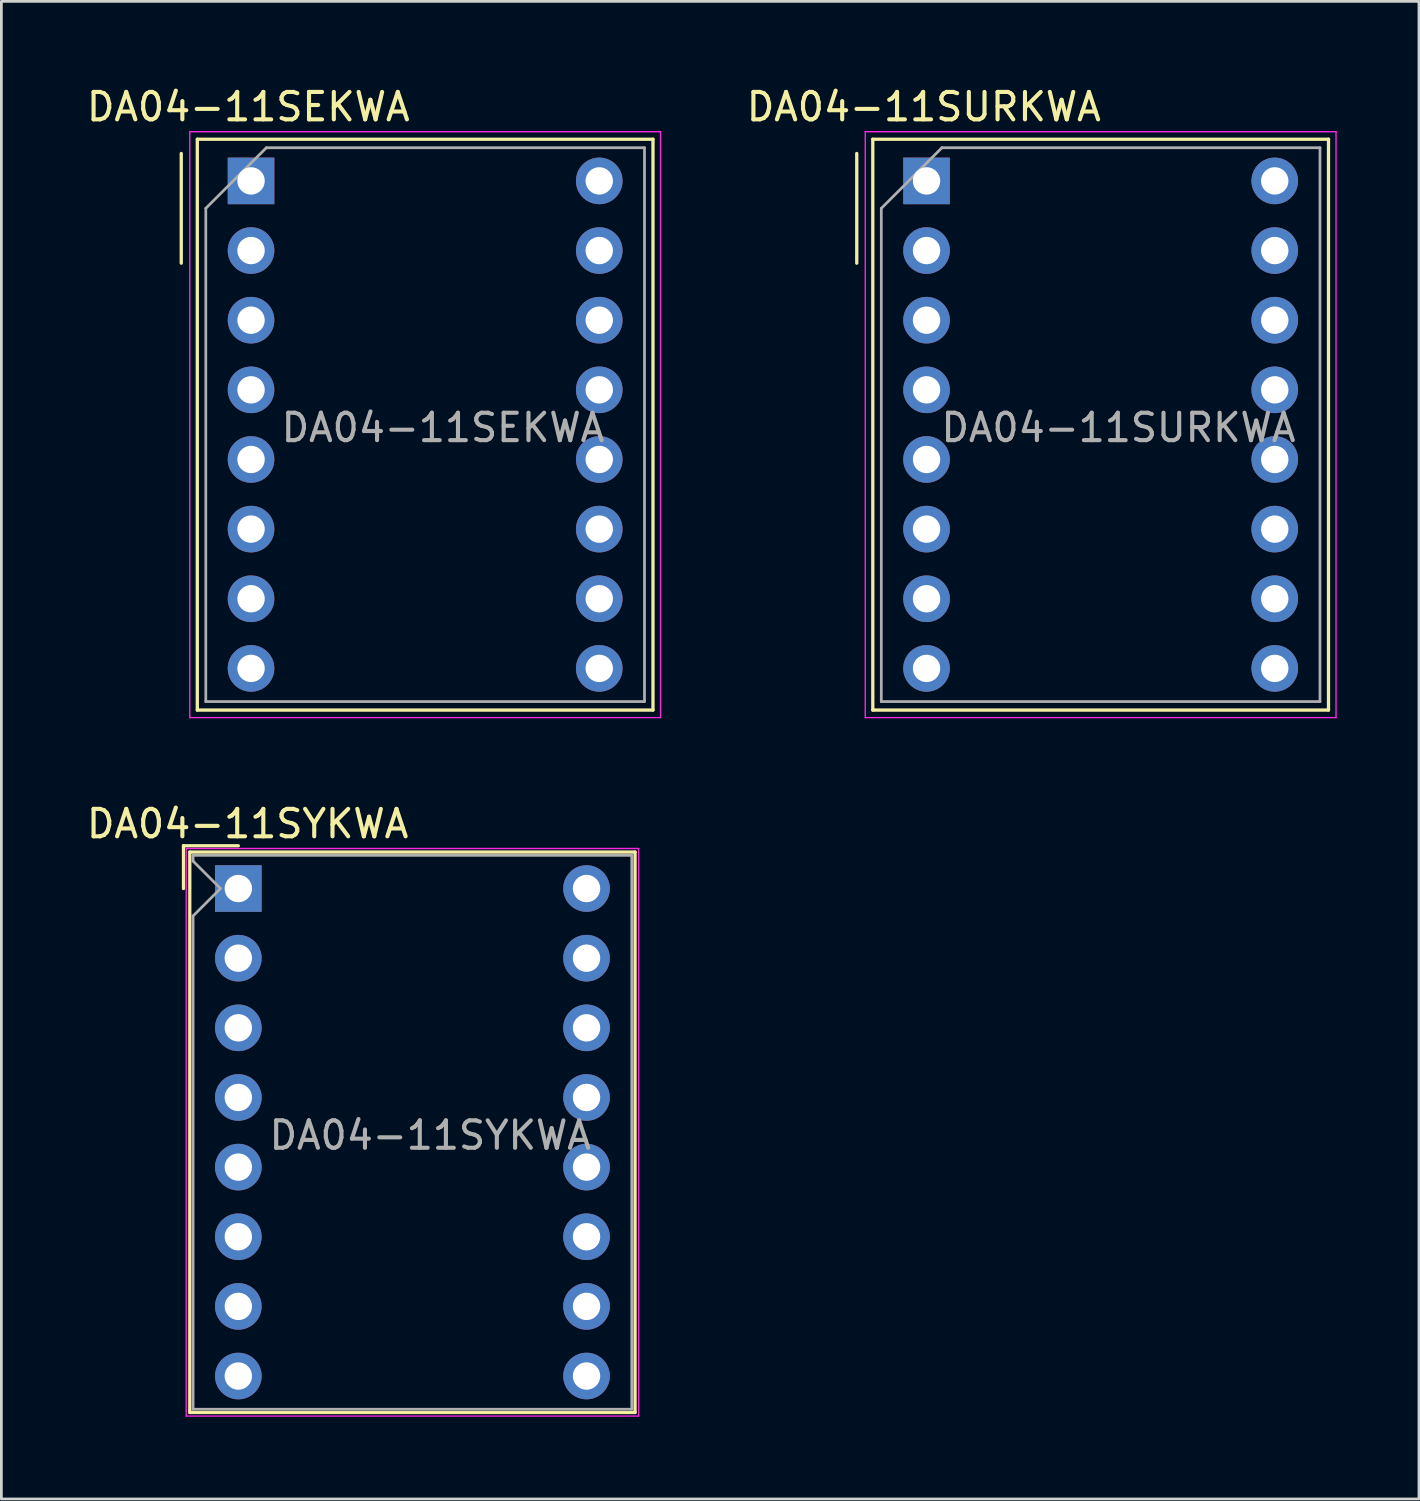
<source format=kicad_pcb>
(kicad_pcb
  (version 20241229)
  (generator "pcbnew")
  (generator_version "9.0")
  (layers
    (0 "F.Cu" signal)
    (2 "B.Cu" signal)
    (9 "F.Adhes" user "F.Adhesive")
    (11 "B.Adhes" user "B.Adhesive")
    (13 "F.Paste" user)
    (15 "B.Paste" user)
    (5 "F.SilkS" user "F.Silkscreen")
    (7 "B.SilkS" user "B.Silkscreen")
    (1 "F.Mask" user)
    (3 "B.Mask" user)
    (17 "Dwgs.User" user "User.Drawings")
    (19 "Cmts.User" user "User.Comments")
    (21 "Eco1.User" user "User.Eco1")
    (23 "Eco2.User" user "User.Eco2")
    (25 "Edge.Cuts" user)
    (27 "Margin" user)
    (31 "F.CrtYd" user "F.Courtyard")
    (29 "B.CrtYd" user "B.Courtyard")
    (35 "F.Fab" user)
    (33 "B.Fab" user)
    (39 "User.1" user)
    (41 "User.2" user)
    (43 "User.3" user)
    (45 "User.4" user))
  (footprint "DA04-11SEKWA"
    (layer "F.Cu")
    (at 6.106 3.548)
    (property "Reference" "DA04-11SEKWA" (at -0.1 -2.7 0) (layer "F.SilkS") (effects (font (size 1 1) (thickness 0.15))))
    (attr through_hole)
    (fp_line (start -2.545 -1) (end -2.545 3) (stroke (width 0.12) (type solid)) (layer "F.SilkS"))
    (fp_line (start -1.96 -1.52) (end 14.66 -1.52) (stroke (width 0.12) (type solid)) (layer "F.SilkS"))
    (fp_line (start -1.96 19.3) (end -1.96 -1.52) (stroke (width 0.12) (type solid)) (layer "F.SilkS"))
    (fp_line (start 14.66 -1.52) (end 14.66 19.3) (stroke (width 0.12) (type solid)) (layer "F.SilkS"))
    (fp_line (start 14.66 19.3) (end -1.96 19.3) (stroke (width 0.12) (type solid)) (layer "F.SilkS"))
    (fp_line (start -2.235 -1.795) (end 14.935 -1.795) (stroke (width 0.05) (type solid)) (layer "F.CrtYd"))
    (fp_line (start -2.235 19.575) (end -2.235 -1.795) (stroke (width 0.05) (type solid)) (layer "F.CrtYd"))
    (fp_line (start 14.935 -1.795) (end 14.935 19.575) (stroke (width 0.05) (type solid)) (layer "F.CrtYd"))
    (fp_line (start 14.935 19.575) (end -2.235 19.575) (stroke (width 0.05) (type solid)) (layer "F.CrtYd"))
    (fp_line (start -1.65 1) (end 0.56 -1.21) (stroke (width 0.1) (type solid)) (layer "F.Fab"))
    (fp_line (start -1.65 18.99) (end -1.65 1) (stroke (width 0.1) (type solid)) (layer "F.Fab"))
    (fp_line (start 0.56 -1.21) (end 14.35 -1.21) (stroke (width 0.1) (type solid)) (layer "F.Fab"))
    (fp_line (start 14.35 -1.21) (end 14.35 18.99) (stroke (width 0.1) (type solid)) (layer "F.Fab"))
    (fp_line (start 14.35 18.99) (end -1.65 18.99) (stroke (width 0.1) (type solid)) (layer "F.Fab"))
    (fp_text user "${REFERENCE}" (at 7 9 0) (layer "F.Fab") (effects (font (size 1 1) (thickness 0.15))))
    (pad "1" thru_hole rect (at 0 0) (size 1.7 1.7) (drill 1) (layers "*.Cu" "*.Mask"))
    (pad "2" thru_hole circle (at 0 2.54) (size 1.7 1.7) (drill 1) (layers "*.Cu" "*.Mask"))
    (pad "3" thru_hole circle (at 0 5.08) (size 1.7 1.7) (drill 1) (layers "*.Cu" "*.Mask"))
    (pad "4" thru_hole circle (at 0 7.62) (size 1.7 1.7) (drill 1) (layers "*.Cu" "*.Mask"))
    (pad "5" thru_hole circle (at 0 10.16) (size 1.7 1.7) (drill 1) (layers "*.Cu" "*.Mask"))
    (pad "6" thru_hole circle (at 0 12.7) (size 1.7 1.7) (drill 1) (layers "*.Cu" "*.Mask"))
    (pad "7" thru_hole circle (at 0 15.24) (size 1.7 1.7) (drill 1) (layers "*.Cu" "*.Mask"))
    (pad "8" thru_hole circle (at 0 17.78) (size 1.7 1.7) (drill 1) (layers "*.Cu" "*.Mask"))
    (pad "9" thru_hole circle (at 12.7 17.78) (size 1.7 1.7) (drill 1) (layers "*.Cu" "*.Mask"))
    (pad "10" thru_hole circle (at 12.7 15.24) (size 1.7 1.7) (drill 1) (layers "*.Cu" "*.Mask"))
    (pad "11" thru_hole circle (at 12.7 12.7) (size 1.7 1.7) (drill 1) (layers "*.Cu" "*.Mask"))
    (pad "12" thru_hole circle (at 12.7 10.16) (size 1.7 1.7) (drill 1) (layers "*.Cu" "*.Mask"))
    (pad "13" thru_hole circle (at 12.7 7.62) (size 1.7 1.7) (drill 1) (layers "*.Cu" "*.Mask"))
    (pad "14" thru_hole circle (at 12.7 5.08) (size 1.7 1.7) (drill 1) (layers "*.Cu" "*.Mask"))
    (pad "15" thru_hole circle (at 12.7 2.54) (size 1.7 1.7) (drill 1) (layers "*.Cu" "*.Mask"))
    (pad "16" thru_hole circle (at 12.7 0) (size 1.7 1.7) (drill 1) (layers "*.Cu" "*.Mask")))
  (footprint "DA04-11SURKWA"
    (layer "F.Cu")
    (at 30.743 3.548)
    (property "Reference" "DA04-11SURKWA" (at -0.1 -2.7 0) (layer "F.SilkS") (effects (font (size 1 1) (thickness 0.15))))
    (attr through_hole)
    (fp_line (start -2.545 -1) (end -2.545 3) (stroke (width 0.12) (type solid)) (layer "F.SilkS"))
    (fp_line (start -1.96 -1.52) (end 14.66 -1.52) (stroke (width 0.12) (type solid)) (layer "F.SilkS"))
    (fp_line (start -1.96 19.3) (end -1.96 -1.52) (stroke (width 0.12) (type solid)) (layer "F.SilkS"))
    (fp_line (start 14.66 -1.52) (end 14.66 19.3) (stroke (width 0.12) (type solid)) (layer "F.SilkS"))
    (fp_line (start 14.66 19.3) (end -1.96 19.3) (stroke (width 0.12) (type solid)) (layer "F.SilkS"))
    (fp_line (start -2.235 -1.795) (end 14.935 -1.795) (stroke (width 0.05) (type solid)) (layer "F.CrtYd"))
    (fp_line (start -2.235 19.575) (end -2.235 -1.795) (stroke (width 0.05) (type solid)) (layer "F.CrtYd"))
    (fp_line (start 14.935 -1.795) (end 14.935 19.575) (stroke (width 0.05) (type solid)) (layer "F.CrtYd"))
    (fp_line (start 14.935 19.575) (end -2.235 19.575) (stroke (width 0.05) (type solid)) (layer "F.CrtYd"))
    (fp_line (start -1.65 1) (end 0.56 -1.21) (stroke (width 0.1) (type solid)) (layer "F.Fab"))
    (fp_line (start -1.65 18.99) (end -1.65 1) (stroke (width 0.1) (type solid)) (layer "F.Fab"))
    (fp_line (start 0.56 -1.21) (end 14.35 -1.21) (stroke (width 0.1) (type solid)) (layer "F.Fab"))
    (fp_line (start 14.35 -1.21) (end 14.35 18.99) (stroke (width 0.1) (type solid)) (layer "F.Fab"))
    (fp_line (start 14.35 18.99) (end -1.65 18.99) (stroke (width 0.1) (type solid)) (layer "F.Fab"))
    (fp_text user "${REFERENCE}" (at 7 9 0) (layer "F.Fab") (effects (font (size 1 1) (thickness 0.15))))
    (pad "1" thru_hole rect (at 0 0) (size 1.7 1.7) (drill 1) (layers "*.Cu" "*.Mask"))
    (pad "2" thru_hole circle (at 0 2.54) (size 1.7 1.7) (drill 1) (layers "*.Cu" "*.Mask"))
    (pad "3" thru_hole circle (at 0 5.08) (size 1.7 1.7) (drill 1) (layers "*.Cu" "*.Mask"))
    (pad "4" thru_hole circle (at 0 7.62) (size 1.7 1.7) (drill 1) (layers "*.Cu" "*.Mask"))
    (pad "5" thru_hole circle (at 0 10.16) (size 1.7 1.7) (drill 1) (layers "*.Cu" "*.Mask"))
    (pad "6" thru_hole circle (at 0 12.7) (size 1.7 1.7) (drill 1) (layers "*.Cu" "*.Mask"))
    (pad "7" thru_hole circle (at 0 15.24) (size 1.7 1.7) (drill 1) (layers "*.Cu" "*.Mask"))
    (pad "8" thru_hole circle (at 0 17.78) (size 1.7 1.7) (drill 1) (layers "*.Cu" "*.Mask"))
    (pad "9" thru_hole circle (at 12.7 17.78) (size 1.7 1.7) (drill 1) (layers "*.Cu" "*.Mask"))
    (pad "10" thru_hole circle (at 12.7 15.24) (size 1.7 1.7) (drill 1) (layers "*.Cu" "*.Mask"))
    (pad "11" thru_hole circle (at 12.7 12.7) (size 1.7 1.7) (drill 1) (layers "*.Cu" "*.Mask"))
    (pad "12" thru_hole circle (at 12.7 10.16) (size 1.7 1.7) (drill 1) (layers "*.Cu" "*.Mask"))
    (pad "13" thru_hole circle (at 12.7 7.62) (size 1.7 1.7) (drill 1) (layers "*.Cu" "*.Mask"))
    (pad "14" thru_hole circle (at 12.7 5.08) (size 1.7 1.7) (drill 1) (layers "*.Cu" "*.Mask"))
    (pad "15" thru_hole circle (at 12.7 2.54) (size 1.7 1.7) (drill 1) (layers "*.Cu" "*.Mask"))
    (pad "16" thru_hole circle (at 12.7 0) (size 1.7 1.7) (drill 1) (layers "*.Cu" "*.Mask")))
  (footprint "DA04-11SYKWA"
    (layer "F.Cu")
    (at 5.642 29.357)
    (property "Reference" "DA04-11SYKWA" (at 0.34 -2.36 0) (layer "F.SilkS") (effects (font (size 1 1) (thickness 0.15))))
    (attr through_hole)
    (fp_line (start -2 -1.56) (end -2 0) (stroke (width 0.12) (type solid)) (layer "F.SilkS"))
    (fp_line (start -2 -1.56) (end 0 -1.56) (stroke (width 0.12) (type solid)) (layer "F.SilkS"))
    (fp_line (start -1.77 -1.33) (end 14.47 -1.33) (stroke (width 0.12) (type solid)) (layer "F.SilkS"))
    (fp_line (start -1.77 19.11) (end -1.77 -1.33) (stroke (width 0.12) (type solid)) (layer "F.SilkS"))
    (fp_line (start 14.47 -1.33) (end 14.47 19.11) (stroke (width 0.12) (type solid)) (layer "F.SilkS"))
    (fp_line (start 14.47 19.11) (end -1.77 19.11) (stroke (width 0.12) (type solid)) (layer "F.SilkS"))
    (fp_line (start -1.9 -1.46) (end 14.6 -1.46) (stroke (width 0.05) (type solid)) (layer "F.CrtYd"))
    (fp_line (start -1.9 19.24) (end -1.9 -1.46) (stroke (width 0.05) (type solid)) (layer "F.CrtYd"))
    (fp_line (start 14.6 -1.46) (end 14.6 19.24) (stroke (width 0.05) (type solid)) (layer "F.CrtYd"))
    (fp_line (start 14.6 19.24) (end -1.9 19.24) (stroke (width 0.05) (type solid)) (layer "F.CrtYd"))
    (fp_line (start -1.65 -1.21) (end -1.65 -1) (stroke (width 0.1) (type solid)) (layer "F.Fab"))
    (fp_line (start -1.65 -1.21) (end 14.35 -1.21) (stroke (width 0.1) (type solid)) (layer "F.Fab"))
    (fp_line (start -1.65 1) (end -0.65 0) (stroke (width 0.1) (type solid)) (layer "F.Fab"))
    (fp_line (start -1.65 18.99) (end -1.65 1) (stroke (width 0.1) (type solid)) (layer "F.Fab"))
    (fp_line (start -0.65 0) (end -1.65 -1) (stroke (width 0.1) (type solid)) (layer "F.Fab"))
    (fp_line (start 14.35 -1.21) (end 14.35 18.99) (stroke (width 0.1) (type solid)) (layer "F.Fab"))
    (fp_line (start 14.35 18.99) (end -1.65 18.99) (stroke (width 0.1) (type solid)) (layer "F.Fab"))
    (fp_text user "${REFERENCE}" (at 7 9 0) (layer "F.Fab") (effects (font (size 1 1) (thickness 0.15))))
    (pad "1" thru_hole rect (at 0 0) (size 1.7 1.7) (drill 1) (layers "*.Cu" "*.Mask"))
    (pad "2" thru_hole circle (at 0 2.54) (size 1.7 1.7) (drill 1) (layers "*.Cu" "*.Mask"))
    (pad "3" thru_hole circle (at 0 5.08) (size 1.7 1.7) (drill 1) (layers "*.Cu" "*.Mask"))
    (pad "4" thru_hole circle (at 0 7.62) (size 1.7 1.7) (drill 1) (layers "*.Cu" "*.Mask"))
    (pad "5" thru_hole circle (at 0 10.16) (size 1.7 1.7) (drill 1) (layers "*.Cu" "*.Mask"))
    (pad "6" thru_hole circle (at 0 12.7) (size 1.7 1.7) (drill 1) (layers "*.Cu" "*.Mask"))
    (pad "7" thru_hole circle (at 0 15.24) (size 1.7 1.7) (drill 1) (layers "*.Cu" "*.Mask"))
    (pad "8" thru_hole circle (at 0 17.78) (size 1.7 1.7) (drill 1) (layers "*.Cu" "*.Mask"))
    (pad "9" thru_hole circle (at 12.7 17.78) (size 1.7 1.7) (drill 1) (layers "*.Cu" "*.Mask"))
    (pad "10" thru_hole circle (at 12.7 15.24) (size 1.7 1.7) (drill 1) (layers "*.Cu" "*.Mask"))
    (pad "11" thru_hole circle (at 12.7 12.7) (size 1.7 1.7) (drill 1) (layers "*.Cu" "*.Mask"))
    (pad "12" thru_hole circle (at 12.7 10.16) (size 1.7 1.7) (drill 1) (layers "*.Cu" "*.Mask"))
    (pad "13" thru_hole circle (at 12.7 7.62) (size 1.7 1.7) (drill 1) (layers "*.Cu" "*.Mask"))
    (pad "14" thru_hole circle (at 12.7 5.08) (size 1.7 1.7) (drill 1) (layers "*.Cu" "*.Mask"))
    (pad "15" thru_hole circle (at 12.7 2.54) (size 1.7 1.7) (drill 1) (layers "*.Cu" "*.Mask"))
    (pad "16" thru_hole circle (at 12.7 0) (size 1.7 1.7) (drill 1) (layers "*.Cu" "*.Mask")))
  (gr_rect
    (start -3 -3)
    (end 48.703 51.621)
    (stroke (width 0.1) (type default))
    (fill no)
    (layer "Edge.Cuts")))
</source>
